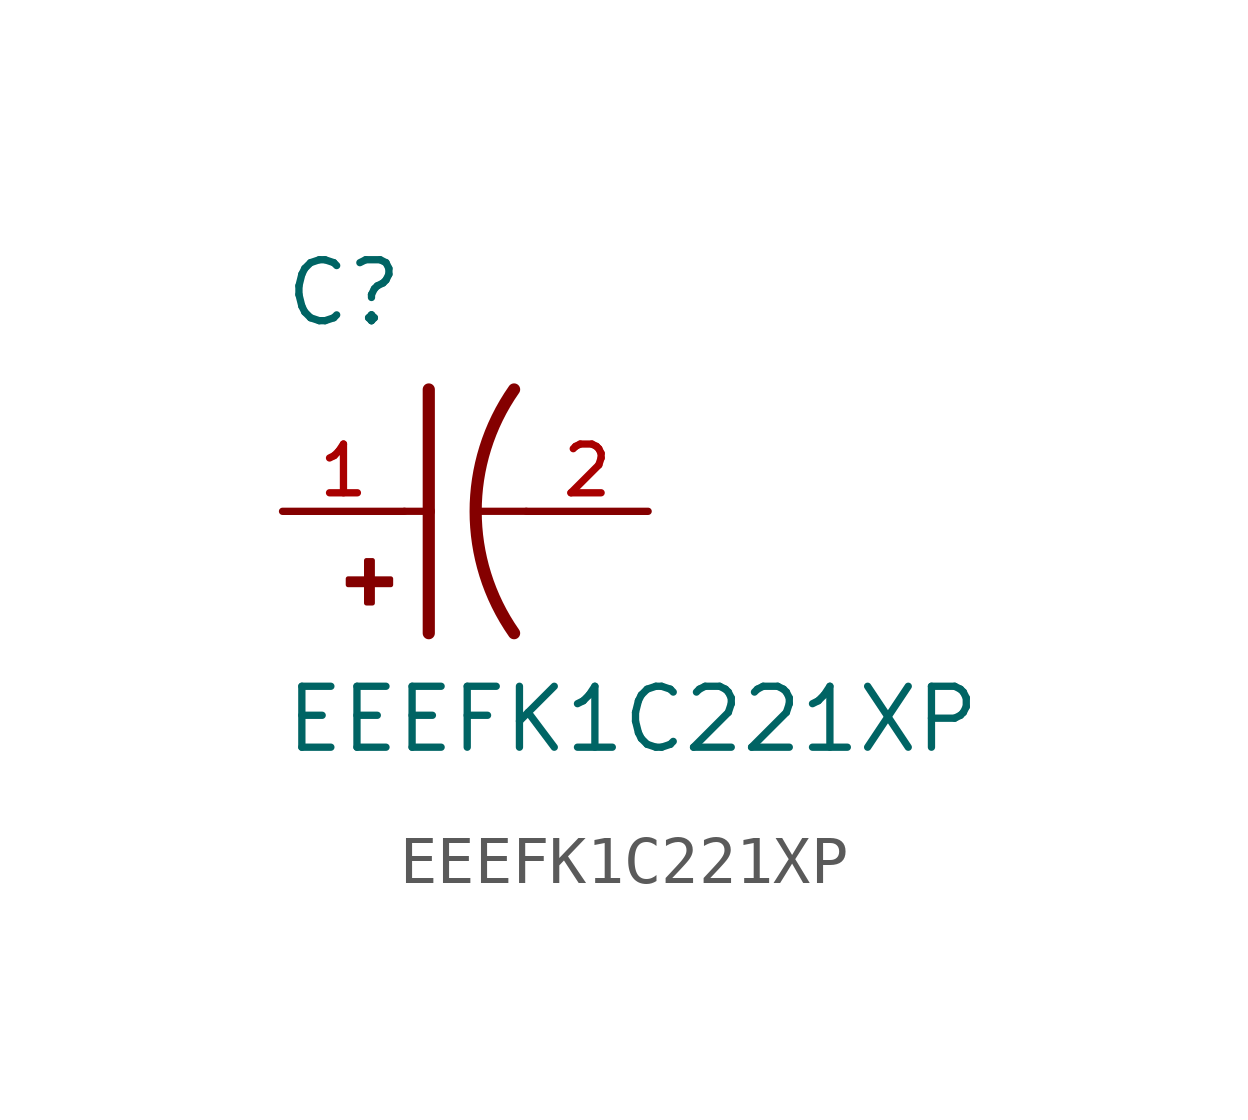
<source format=kicad_sym>
(kicad_symbol_lib
  (version 20211014)
  (generator kicad_symbol_editor)
  (symbol "EEEFK1C221XP"
    (pin_names
      (offset 1.016))
    (property "Reference" "C"
      (at -2.54 3.81 0)
      (effects (font (size 1.27 1.27)) (justify bottom left)))
    (property "Value" "EEEFK1C221XP"
      (at -2.54 -5.08 0)
      (effects (font (size 1.27 1.27)) (justify bottom left)))
    (symbol "EEEFK1C221XP_0_0"
      (arc (start 2.286 -2.54) (mid 1.4851 -0.0) (end 2.286 2.54) (stroke (width 0.254) (type default) (color 0 0 0 0)) (fill (type none)))
      (polyline (pts (xy 0.508 2.54) (xy 0.508 0.0)) (stroke (width 0.254)))
      (rectangle (start -1.173 -1.532) (end -0.284 -1.405) (stroke (width 0.1)) (fill (type outline)))
      (rectangle (start -0.792 -1.913) (end -0.665 -1.024) (stroke (width 0.1)) (fill (type outline)))
      (polyline (pts (xy 0.508 0.0) (xy 0.508 -2.54)) (stroke (width 0.254)))
      (polyline (pts (xy 0.0 0.0) (xy 0.508 0.0)) (stroke (width 0.152)))
      (polyline (pts (xy 2.54 0.0) (xy 1.524 0.0)) (stroke (width 0.152)))
      (pin passive line (at -2.54 0.0 0) (length 2.54) (name "~" (effects (font (size 1.016 1.016)))) (number "1" (effects (font (size 1.016 1.016)))))
      (pin passive line (at 5.08 0.0 180.0) (length 2.54) (name "~" (effects (font (size 1.016 1.016)))) (number "2" (effects (font (size 1.016 1.016))))))))
</source>
